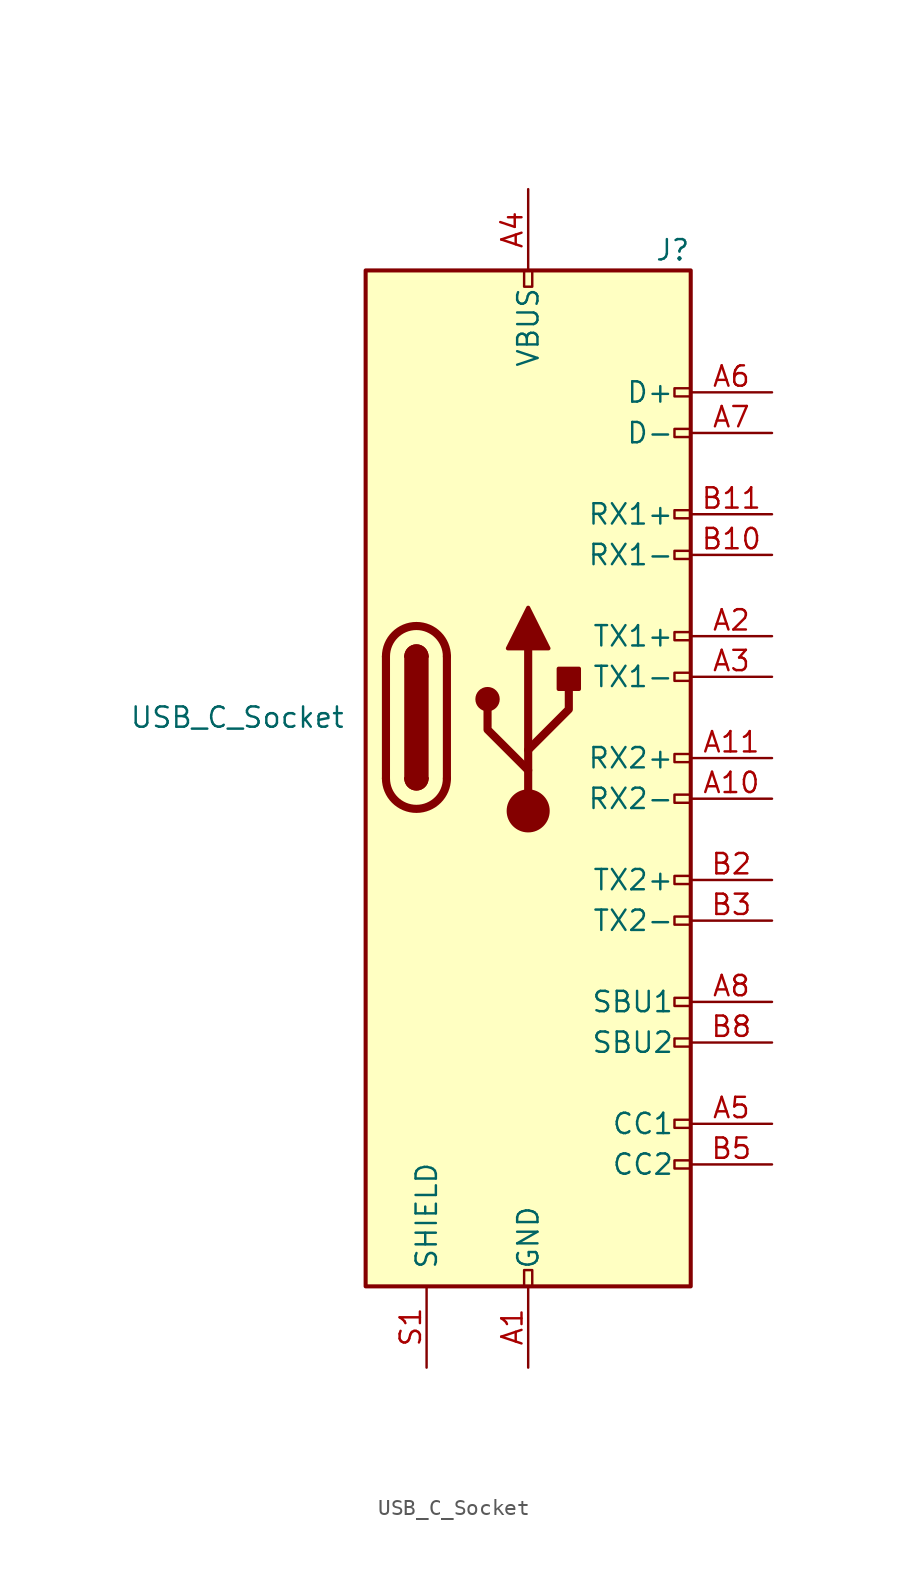
<source format=kicad_sym>
(kicad_symbol_lib
  (version 20241209)
  (generator "kicad_symbol_editor")
  (generator_version "9.0")
  (symbol "USB_C_Socket"
    (pin_names
      (offset 1.016))
    (property "Reference" "J"
      (at 10.16 29.21 0)
      (effects (font (size 1.27 1.27)) (justify right)))
    (property "Value" "USB_C_Socket"
      (at -11.43 0 0)
      (effects (font (size 1.27 1.27)) (justify right)))
    (symbol "USB_C_Socket_0_0"
      (rectangle (start -0.254 27.94) (end 0.254 26.924) (stroke (width 0) (type default)) (fill (type none)))
      (rectangle (start -0.254 -35.56) (end 0.254 -34.544) (stroke (width 0) (type default)) (fill (type none)))
      (rectangle (start 9.144 -28.194) (end 10.16 -27.686) (stroke (width 0) (type default)) (fill (type none)))
      (rectangle (start 10.16 20.574) (end 9.144 20.066) (stroke (width 0) (type default)) (fill (type none)))
      (rectangle (start 10.16 18.034) (end 9.144 17.526) (stroke (width 0) (type default)) (fill (type none)))
      (rectangle (start 10.16 12.954) (end 9.144 12.446) (stroke (width 0) (type default)) (fill (type none)))
      (rectangle (start 10.16 10.414) (end 9.144 9.906) (stroke (width 0) (type default)) (fill (type none)))
      (rectangle (start 10.16 5.334) (end 9.144 4.826) (stroke (width 0) (type default)) (fill (type none)))
      (rectangle (start 10.16 2.794) (end 9.144 2.286) (stroke (width 0) (type default)) (fill (type none)))
      (rectangle (start 10.16 -2.286) (end 9.144 -2.794) (stroke (width 0) (type default)) (fill (type none)))
      (rectangle (start 10.16 -4.826) (end 9.144 -5.334) (stroke (width 0) (type default)) (fill (type none)))
      (rectangle (start 10.16 -9.906) (end 9.144 -10.414) (stroke (width 0) (type default)) (fill (type none)))
      (rectangle (start 10.16 -12.446) (end 9.144 -12.954) (stroke (width 0) (type default)) (fill (type none)))
      (rectangle (start 10.16 -17.526) (end 9.144 -18.034) (stroke (width 0) (type default)) (fill (type none)))
      (rectangle (start 10.16 -20.066) (end 9.144 -20.574) (stroke (width 0) (type default)) (fill (type none)))
      (rectangle (start 10.16 -25.146) (end 9.144 -25.654) (stroke (width 0) (type default)) (fill (type none))))
    (symbol "USB_C_Socket_0_1"
      (rectangle (start -10.16 27.94) (end 10.16 -35.56) (stroke (width 0.254) (type default)) (fill (type background)))
      (polyline (pts (xy -8.89 -3.81) (xy -8.89 3.81)) (stroke (width 0.508) (type default)) (fill (type none)))
      (rectangle (start -7.62 -3.81) (end -6.35 3.81) (stroke (width 0.254) (type default)) (fill (type outline)))
      (arc (start -7.62 3.81) (mid -6.985 4.4423) (end -6.35 3.81) (stroke (width 0.254) (type default)) (fill (type none)))
      (arc (start -7.62 3.81) (mid -6.985 4.4423) (end -6.35 3.81) (stroke (width 0.254) (type default)) (fill (type outline)))
      (arc (start -8.89 3.81) (mid -6.985 5.7067) (end -5.08 3.81) (stroke (width 0.508) (type default)) (fill (type none)))
      (arc (start -5.08 -3.81) (mid -6.985 -5.7067) (end -8.89 -3.81) (stroke (width 0.508) (type default)) (fill (type none)))
      (arc (start -6.35 -3.81) (mid -6.985 -4.4423) (end -7.62 -3.81) (stroke (width 0.254) (type default)) (fill (type none)))
      (arc (start -6.35 -3.81) (mid -6.985 -4.4423) (end -7.62 -3.81) (stroke (width 0.254) (type default)) (fill (type outline)))
      (polyline (pts (xy -5.08 3.81) (xy -5.08 -3.81)) (stroke (width 0.508) (type default)) (fill (type none))))
    (symbol "USB_C_Socket_1_1"
      (circle (center -2.54 1.143) (radius 0.635) (stroke (width 0.254) (type default)) (fill (type outline)))
      (polyline (pts (xy -1.27 4.318) (xy 0 6.858) (xy 1.27 4.318) (xy -1.27 4.318)) (stroke (width 0.254) (type default)) (fill (type outline)))
      (polyline (pts (xy 0 -2.032) (xy 2.54 0.508) (xy 2.54 1.778)) (stroke (width 0.508) (type default)) (fill (type none)))
      (polyline (pts (xy 0 -3.302) (xy -2.54 -0.762) (xy -2.54 0.508)) (stroke (width 0.508) (type default)) (fill (type none)))
      (polyline (pts (xy 0 -5.842) (xy 0 4.318)) (stroke (width 0.508) (type default)) (fill (type none)))
      (circle (center 0 -5.842) (radius 1.27) (stroke (width 0) (type default)) (fill (type outline)))
      (rectangle (start 1.905 1.778) (end 3.175 3.048) (stroke (width 0.254) (type default)) (fill (type outline)))
      (pin passive line (at -6.35 -40.64 90) (length 5.08) (name "SHIELD" (effects (font (size 1.27 1.27)))) (number "S1" (effects (font (size 1.27 1.27)))))
      (pin power_out line (at 0 33.02 270) (length 5.08) (name "VBUS" (effects (font (size 1.27 1.27)))) (number "A4" (effects (font (size 1.27 1.27)))))
      (pin passive line (at 0 33.02 270) (length 5.08) (hide yes) (name "VBUS" (effects (font (size 1.27 1.27)))) (number "A9" (effects (font (size 1.27 1.27)))))
      (pin passive line (at 0 33.02 270) (length 5.08) (hide yes) (name "VBUS" (effects (font (size 1.27 1.27)))) (number "B4" (effects (font (size 1.27 1.27)))))
      (pin passive line (at 0 33.02 270) (length 5.08) (hide yes) (name "VBUS" (effects (font (size 1.27 1.27)))) (number "B9" (effects (font (size 1.27 1.27)))))
      (pin power_out line (at 0 -40.64 90) (length 5.08) (name "GND" (effects (font (size 1.27 1.27)))) (number "A1" (effects (font (size 1.27 1.27)))))
      (pin passive line (at 0 -40.64 90) (length 5.08) (hide yes) (name "GND" (effects (font (size 1.27 1.27)))) (number "A12" (effects (font (size 1.27 1.27)))))
      (pin passive line (at 0 -40.64 90) (length 5.08) (hide yes) (name "GND" (effects (font (size 1.27 1.27)))) (number "B1" (effects (font (size 1.27 1.27)))))
      (pin passive line (at 0 -40.64 90) (length 5.08) (hide yes) (name "GND" (effects (font (size 1.27 1.27)))) (number "B12" (effects (font (size 1.27 1.27)))))
      (pin bidirectional line (at 15.24 20.32 180) (length 5.08) (name "D+" (effects (font (size 1.27 1.27)))) (number "A6" (effects (font (size 1.27 1.27)))))
      (pin bidirectional line (at 15.24 20.32 180) (length 5.08) (hide yes) (name "D+" (effects (font (size 1.27 1.27)))) (number "B6" (effects (font (size 1.27 1.27)))))
      (pin bidirectional line (at 15.24 17.78 180) (length 5.08) (name "D-" (effects (font (size 1.27 1.27)))) (number "A7" (effects (font (size 1.27 1.27)))))
      (pin bidirectional line (at 15.24 17.78 180) (length 5.08) (hide yes) (name "D-" (effects (font (size 1.27 1.27)))) (number "B7" (effects (font (size 1.27 1.27)))))
      (pin bidirectional line (at 15.24 12.7 180) (length 5.08) (name "RX1+" (effects (font (size 1.27 1.27)))) (number "B11" (effects (font (size 1.27 1.27)))))
      (pin bidirectional line (at 15.24 10.16 180) (length 5.08) (name "RX1-" (effects (font (size 1.27 1.27)))) (number "B10" (effects (font (size 1.27 1.27)))))
      (pin bidirectional line (at 15.24 5.08 180) (length 5.08) (name "TX1+" (effects (font (size 1.27 1.27)))) (number "A2" (effects (font (size 1.27 1.27)))))
      (pin bidirectional line (at 15.24 2.54 180) (length 5.08) (name "TX1-" (effects (font (size 1.27 1.27)))) (number "A3" (effects (font (size 1.27 1.27)))))
      (pin bidirectional line (at 15.24 -2.54 180) (length 5.08) (name "RX2+" (effects (font (size 1.27 1.27)))) (number "A11" (effects (font (size 1.27 1.27)))))
      (pin bidirectional line (at 15.24 -5.08 180) (length 5.08) (name "RX2-" (effects (font (size 1.27 1.27)))) (number "A10" (effects (font (size 1.27 1.27)))))
      (pin bidirectional line (at 15.24 -10.16 180) (length 5.08) (name "TX2+" (effects (font (size 1.27 1.27)))) (number "B2" (effects (font (size 1.27 1.27)))))
      (pin bidirectional line (at 15.24 -12.7 180) (length 5.08) (name "TX2-" (effects (font (size 1.27 1.27)))) (number "B3" (effects (font (size 1.27 1.27)))))
      (pin bidirectional line (at 15.24 -17.78 180) (length 5.08) (name "SBU1" (effects (font (size 1.27 1.27)))) (number "A8" (effects (font (size 1.27 1.27)))))
      (pin bidirectional line (at 15.24 -20.32 180) (length 5.08) (name "SBU2" (effects (font (size 1.27 1.27)))) (number "B8" (effects (font (size 1.27 1.27)))))
      (pin passive line (at 15.24 -25.4 180) (length 5.08) (name "CC1" (effects (font (size 1.27 1.27)))) (number "A5" (effects (font (size 1.27 1.27)))))
      (pin passive line (at 15.24 -27.94 180) (length 5.08) (name "CC2" (effects (font (size 1.27 1.27)))) (number "B5" (effects (font (size 1.27 1.27))))))))
</source>
